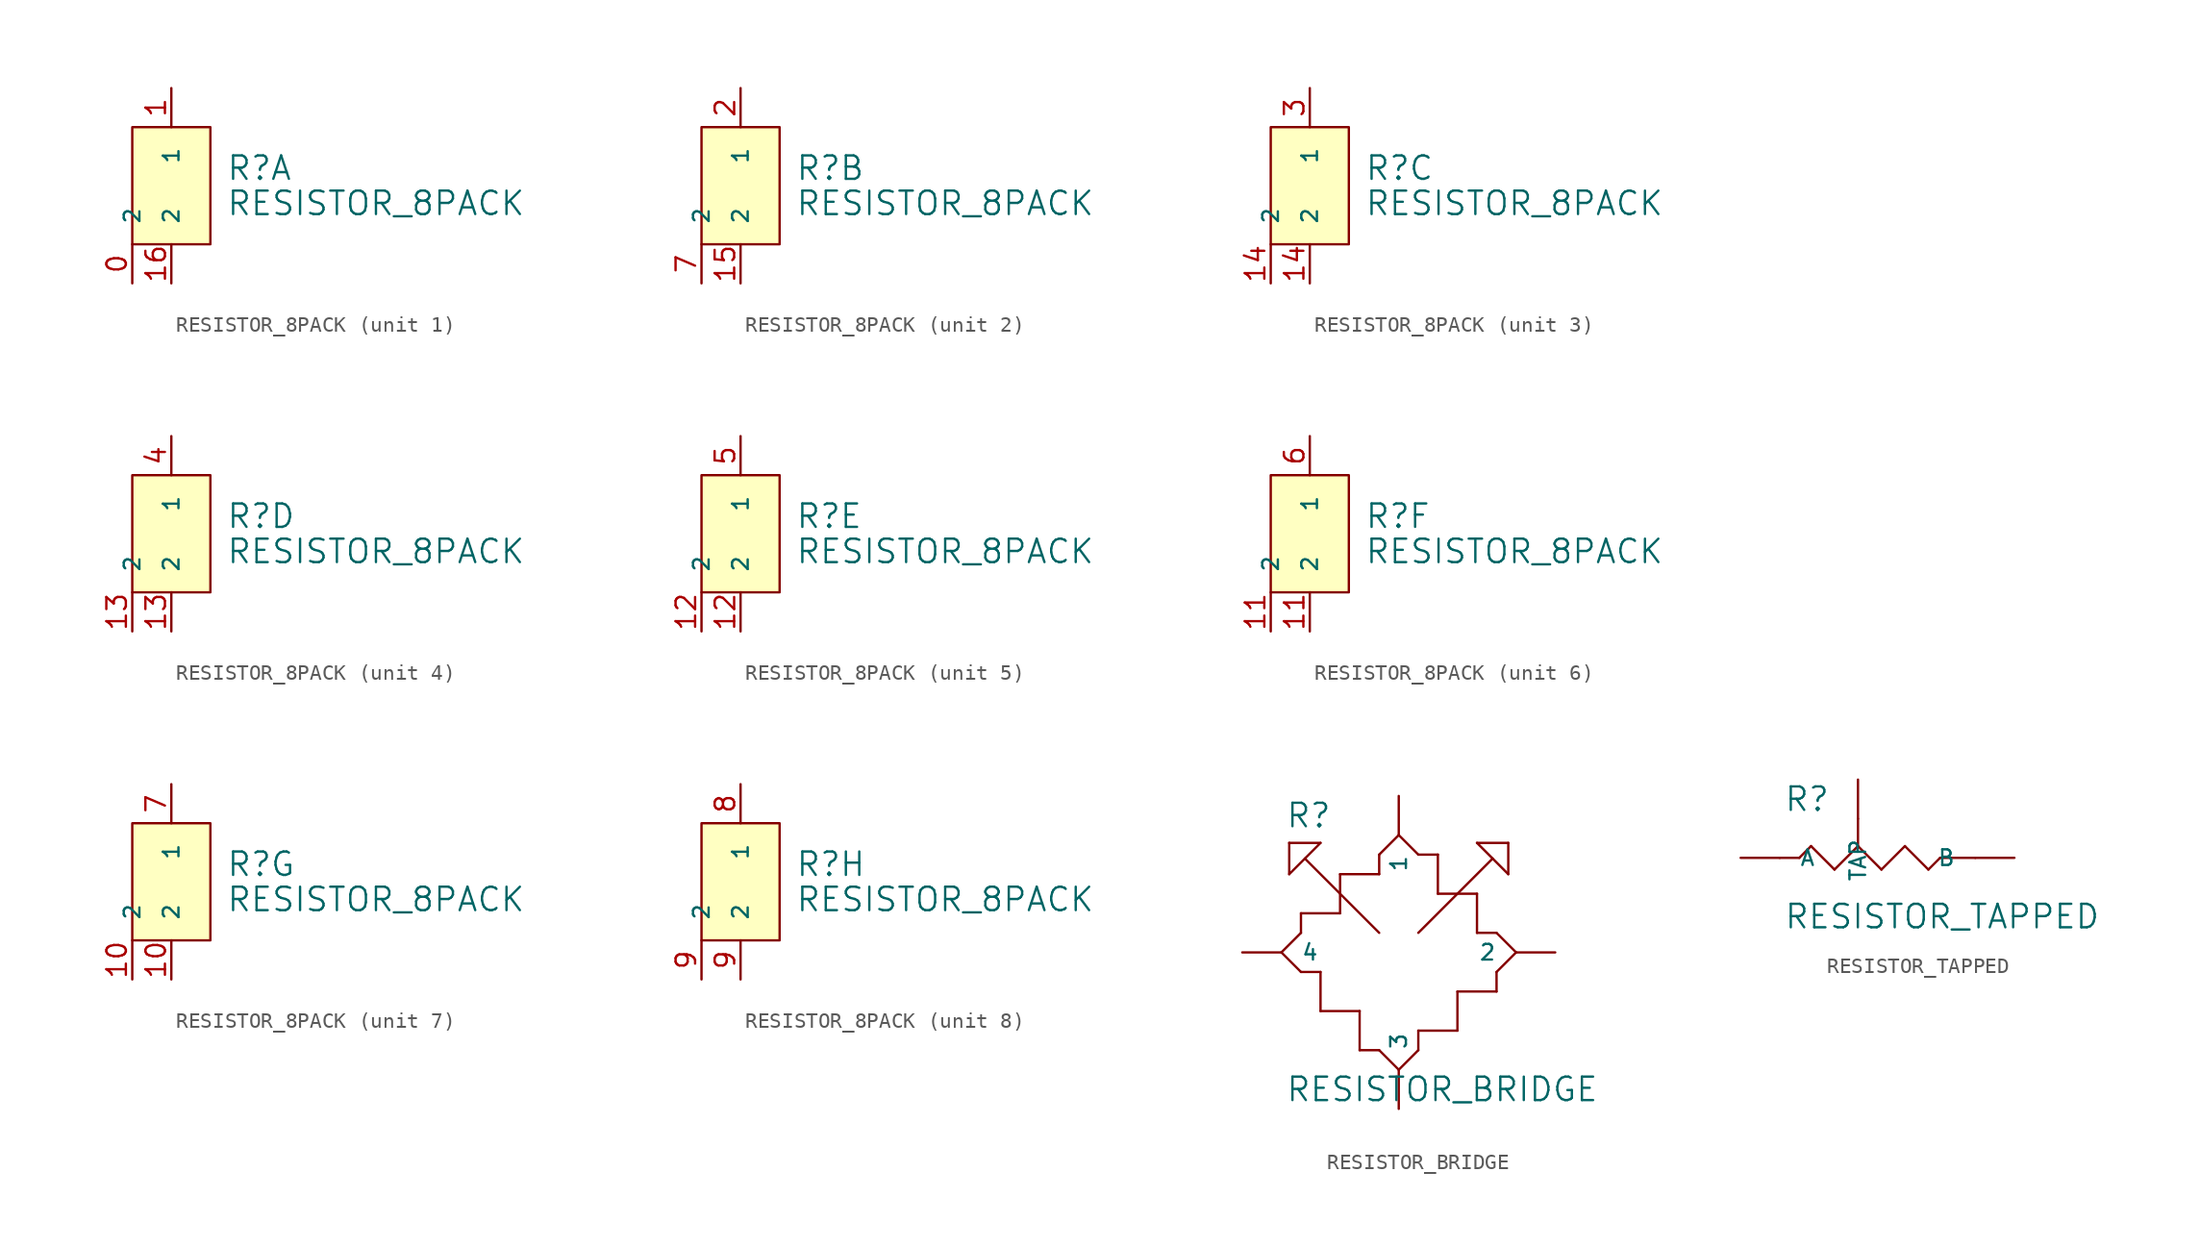
<source format=kicad_sym>
(kicad_symbol_lib
  (version 20231120)
  (generator "kicad_symbol_editor")
  (generator_version "8.0")
  (symbol "RESISTOR_8PACK"
    (pin_names
      (offset 1.27))
    (property "Reference" "R"
      (at 6.096 -3.556 0)
      (effects (font (size 1.524 1.524)) (justify left bottom)))
    (property "Value" "RESISTOR_8PACK"
      (at 6.096 -4.064 0)
      (effects (font (size 1.524 1.524)) (justify left top)))
    (symbol "RESISTOR_8PACK_0_1"
      (rectangle (start 0 0) (end 5.08 -7.62) (stroke (width 0) (type solid)) (fill (type background))))
    (symbol "RESISTOR_8PACK_1_1"
      (pin passive line (at 0 -10.16 90) (length 2.54) (name "2" (effects (font (size 1.016 1.016)))) (number "0" (effects (font (size 1.27 1.27)))))
      (pin passive line (at 2.54 2.54 270) (length 2.54) (name "1" (effects (font (size 1.016 1.016)))) (number "1" (effects (font (size 1.27 1.27)))))
      (pin passive line (at 2.54 -10.16 90) (length 2.54) (name "2" (effects (font (size 1.016 1.016)))) (number "16" (effects (font (size 1.27 1.27))))))
    (symbol "RESISTOR_8PACK_2_1"
      (pin passive line (at 2.54 -10.16 90) (length 2.54) (name "2" (effects (font (size 1.016 1.016)))) (number "15" (effects (font (size 1.27 1.27)))))
      (pin passive line (at 2.54 2.54 270) (length 2.54) (name "1" (effects (font (size 1.016 1.016)))) (number "2" (effects (font (size 1.27 1.27)))))
      (pin passive line (at 0 -10.16 90) (length 2.54) (name "2" (effects (font (size 1.016 1.016)))) (number "7" (effects (font (size 1.27 1.27))))))
    (symbol "RESISTOR_8PACK_3_1"
      (pin passive line (at 0 -10.16 90) (length 2.54) (name "2" (effects (font (size 1.016 1.016)))) (number "14" (effects (font (size 1.27 1.27)))))
      (pin passive line (at 2.54 -10.16 90) (length 2.54) (name "2" (effects (font (size 1.016 1.016)))) (number "14" (effects (font (size 1.27 1.27)))))
      (pin passive line (at 2.54 2.54 270) (length 2.54) (name "1" (effects (font (size 1.016 1.016)))) (number "3" (effects (font (size 1.27 1.27))))))
    (symbol "RESISTOR_8PACK_4_1"
      (pin passive line (at 0 -10.16 90) (length 2.54) (name "2" (effects (font (size 1.016 1.016)))) (number "13" (effects (font (size 1.27 1.27)))))
      (pin passive line (at 2.54 -10.16 90) (length 2.54) (name "2" (effects (font (size 1.016 1.016)))) (number "13" (effects (font (size 1.27 1.27)))))
      (pin passive line (at 2.54 2.54 270) (length 2.54) (name "1" (effects (font (size 1.016 1.016)))) (number "4" (effects (font (size 1.27 1.27))))))
    (symbol "RESISTOR_8PACK_5_1"
      (pin passive line (at 0 -10.16 90) (length 2.54) (name "2" (effects (font (size 1.016 1.016)))) (number "12" (effects (font (size 1.27 1.27)))))
      (pin passive line (at 2.54 -10.16 90) (length 2.54) (name "2" (effects (font (size 1.016 1.016)))) (number "12" (effects (font (size 1.27 1.27)))))
      (pin passive line (at 2.54 2.54 270) (length 2.54) (name "1" (effects (font (size 1.016 1.016)))) (number "5" (effects (font (size 1.27 1.27))))))
    (symbol "RESISTOR_8PACK_6_1"
      (pin passive line (at 0 -10.16 90) (length 2.54) (name "2" (effects (font (size 1.016 1.016)))) (number "11" (effects (font (size 1.27 1.27)))))
      (pin passive line (at 2.54 -10.16 90) (length 2.54) (name "2" (effects (font (size 1.016 1.016)))) (number "11" (effects (font (size 1.27 1.27)))))
      (pin passive line (at 2.54 2.54 270) (length 2.54) (name "1" (effects (font (size 1.016 1.016)))) (number "6" (effects (font (size 1.27 1.27))))))
    (symbol "RESISTOR_8PACK_7_1"
      (pin passive line (at 0 -10.16 90) (length 2.54) (name "2" (effects (font (size 1.016 1.016)))) (number "10" (effects (font (size 1.27 1.27)))))
      (pin passive line (at 2.54 -10.16 90) (length 2.54) (name "2" (effects (font (size 1.016 1.016)))) (number "10" (effects (font (size 1.27 1.27)))))
      (pin passive line (at 2.54 2.54 270) (length 2.54) (name "1" (effects (font (size 1.016 1.016)))) (number "7" (effects (font (size 1.27 1.27))))))
    (symbol "RESISTOR_8PACK_8_1"
      (pin passive line (at 2.54 2.54 270) (length 2.54) (name "1" (effects (font (size 1.016 1.016)))) (number "8" (effects (font (size 1.27 1.27)))))
      (pin passive line (at 0 -10.16 90) (length 2.54) (name "2" (effects (font (size 1.016 1.016)))) (number "9" (effects (font (size 1.27 1.27)))))
      (pin passive line (at 2.54 -10.16 90) (length 2.54) (name "2" (effects (font (size 1.016 1.016)))) (number "9" (effects (font (size 1.27 1.27)))))))
  (symbol "RESISTOR_BRIDGE"
    (pin_names
      (offset 1.27))
    (property "Reference" "R"
      (at 0.254 0.381 0)
      (effects (font (size 1.524 1.524)) (justify left bottom)))
    (property "Value" "RESISTOR_BRIDGE"
      (at 0.254 -15.621 0)
      (effects (font (size 1.524 1.524)) (justify left top)))
    (symbol "RESISTOR_BRIDGE_0_1"
      (polyline (pts (xy 0 -7.62) (xy 1.27 -6.35)) (stroke (width 0) (type solid)) (fill (type none)))
      (polyline (pts (xy 0.508 -2.54) (xy 2.54 -0.508)) (stroke (width 0) (type solid)) (fill (type none)))
      (polyline (pts (xy 0.508 -0.508) (xy 0.508 -2.54)) (stroke (width 0) (type solid)) (fill (type none)))
      (polyline (pts (xy 1.27 -8.89) (xy 0 -7.62)) (stroke (width 0) (type solid)) (fill (type none)))
      (polyline (pts (xy 1.27 -6.35) (xy 1.27 -5.08)) (stroke (width 0) (type solid)) (fill (type none)))
      (polyline (pts (xy 1.27 -5.08) (xy 3.81 -5.08)) (stroke (width 0) (type solid)) (fill (type none)))
      (polyline (pts (xy 2.54 -11.43) (xy 2.54 -8.89)) (stroke (width 0) (type solid)) (fill (type none)))
      (polyline (pts (xy 2.54 -8.89) (xy 1.27 -8.89)) (stroke (width 0) (type solid)) (fill (type none)))
      (polyline (pts (xy 2.54 -0.508) (xy 0.508 -0.508)) (stroke (width 0) (type solid)) (fill (type none)))
      (polyline (pts (xy 3.81 -5.08) (xy 3.81 -2.54)) (stroke (width 0) (type solid)) (fill (type none)))
      (polyline (pts (xy 3.81 -2.54) (xy 6.35 -2.54)) (stroke (width 0) (type solid)) (fill (type none)))
      (polyline (pts (xy 5.08 -13.97) (xy 5.08 -11.43)) (stroke (width 0) (type solid)) (fill (type none)))
      (polyline (pts (xy 5.08 -11.43) (xy 2.54 -11.43)) (stroke (width 0) (type solid)) (fill (type none)))
      (polyline (pts (xy 6.35 -13.97) (xy 5.08 -13.97)) (stroke (width 0) (type solid)) (fill (type none)))
      (polyline (pts (xy 6.35 -6.35) (xy 1.524 -1.524)) (stroke (width 0) (type solid)) (fill (type none)))
      (polyline (pts (xy 6.35 -2.54) (xy 6.35 -1.27)) (stroke (width 0) (type solid)) (fill (type none)))
      (polyline (pts (xy 6.35 -1.27) (xy 7.62 0)) (stroke (width 0) (type solid)) (fill (type none)))
      (polyline (pts (xy 7.62 -15.24) (xy 6.35 -13.97)) (stroke (width 0) (type solid)) (fill (type none)))
      (polyline (pts (xy 7.62 0) (xy 8.89 -1.27)) (stroke (width 0) (type solid)) (fill (type none)))
      (polyline (pts (xy 8.89 -13.97) (xy 7.62 -15.24)) (stroke (width 0) (type solid)) (fill (type none)))
      (polyline (pts (xy 8.89 -12.7) (xy 8.89 -13.97)) (stroke (width 0) (type solid)) (fill (type none)))
      (polyline (pts (xy 8.89 -1.27) (xy 10.16 -1.27)) (stroke (width 0) (type solid)) (fill (type none)))
      (polyline (pts (xy 10.16 -3.81) (xy 12.7 -3.81)) (stroke (width 0) (type solid)) (fill (type none)))
      (polyline (pts (xy 10.16 -1.27) (xy 10.16 -3.81)) (stroke (width 0) (type solid)) (fill (type none)))
      (polyline (pts (xy 11.43 -12.7) (xy 8.89 -12.7)) (stroke (width 0) (type solid)) (fill (type none)))
      (polyline (pts (xy 11.43 -10.16) (xy 11.43 -12.7)) (stroke (width 0) (type solid)) (fill (type none)))
      (polyline (pts (xy 12.7 -6.35) (xy 13.97 -6.35)) (stroke (width 0) (type solid)) (fill (type none)))
      (polyline (pts (xy 12.7 -3.81) (xy 12.7 -6.35)) (stroke (width 0) (type solid)) (fill (type none)))
      (polyline (pts (xy 12.7 -0.508) (xy 14.732 -0.508)) (stroke (width 0) (type solid)) (fill (type none)))
      (polyline (pts (xy 13.716 -1.524) (xy 8.89 -6.35)) (stroke (width 0) (type solid)) (fill (type none)))
      (polyline (pts (xy 13.97 -10.16) (xy 11.43 -10.16)) (stroke (width 0) (type solid)) (fill (type none)))
      (polyline (pts (xy 13.97 -8.89) (xy 13.97 -10.16)) (stroke (width 0) (type solid)) (fill (type none)))
      (polyline (pts (xy 13.97 -6.35) (xy 15.24 -7.62)) (stroke (width 0) (type solid)) (fill (type none)))
      (polyline (pts (xy 14.732 -2.54) (xy 12.7 -0.508)) (stroke (width 0) (type solid)) (fill (type none)))
      (polyline (pts (xy 14.732 -0.508) (xy 14.732 -2.54)) (stroke (width 0) (type solid)) (fill (type none)))
      (polyline (pts (xy 15.24 -7.62) (xy 13.97 -8.89)) (stroke (width 0) (type solid)) (fill (type none))))
    (symbol "RESISTOR_BRIDGE_1_1"
      (pin passive line (at 7.62 2.54 270) (length 2.54) (name "1" (effects (font (size 1.016 1.016)))) (number "~" (effects (font (size 1.27 1.27)))))
      (pin passive line (at 17.78 -7.62 180) (length 2.54) (name "2" (effects (font (size 1.016 1.016)))) (number "~" (effects (font (size 1.27 1.27)))))
      (pin passive line (at 7.62 -17.78 90) (length 2.54) (name "3" (effects (font (size 1.016 1.016)))) (number "~" (effects (font (size 1.27 1.27)))))
      (pin passive line (at -2.54 -7.62 0) (length 2.54) (name "4" (effects (font (size 1.016 1.016)))) (number "~" (effects (font (size 1.27 1.27)))))))
  (symbol "RESISTOR_TAPPED"
    (pin_names
      (offset 1.27))
    (property "Reference" "R"
      (at 0.254 0.381 0)
      (effects (font (size 1.524 1.524)) (justify left bottom)))
    (property "Value" "RESISTOR_TAPPED"
      (at 0.254 -5.461 0)
      (effects (font (size 1.524 1.524)) (justify left top)))
    (symbol "RESISTOR_TAPPED_0_1"
      (polyline (pts (xy 0 -2.54) (xy 1.27 -2.54)) (stroke (width 0) (type solid)) (fill (type none)))
      (polyline (pts (xy 1.27 -2.54) (xy 2.032 -1.778)) (stroke (width 0) (type solid)) (fill (type none)))
      (polyline (pts (xy 2.032 -1.778) (xy 3.556 -3.302)) (stroke (width 0) (type solid)) (fill (type none)))
      (polyline (pts (xy 3.556 -3.302) (xy 5.08 -1.778)) (stroke (width 0) (type solid)) (fill (type none)))
      (polyline (pts (xy 5.08 -1.778) (xy 6.604 -3.302)) (stroke (width 0) (type solid)) (fill (type none)))
      (polyline (pts (xy 5.08 0) (xy 5.08 -1.778)) (stroke (width 0) (type solid)) (fill (type none)))
      (polyline (pts (xy 6.604 -3.302) (xy 8.128 -1.778)) (stroke (width 0) (type solid)) (fill (type none)))
      (polyline (pts (xy 8.128 -1.778) (xy 9.652 -3.302)) (stroke (width 0) (type solid)) (fill (type none)))
      (polyline (pts (xy 9.652 -3.302) (xy 10.414 -2.54)) (stroke (width 0) (type solid)) (fill (type none)))
      (polyline (pts (xy 10.414 -2.54) (xy 12.7 -2.54)) (stroke (width 0) (type solid)) (fill (type none))))
    (symbol "RESISTOR_TAPPED_1_1"
      (pin passive line (at -2.54 -2.54 0) (length 2.54) (name "A" (effects (font (size 1.016 1.016)))) (number "~" (effects (font (size 1.27 1.27)))))
      (pin passive line (at 15.24 -2.54 180) (length 2.54) (name "B" (effects (font (size 1.016 1.016)))) (number "~" (effects (font (size 1.27 1.27)))))
      (pin passive line (at 5.08 2.54 270) (length 2.54) (name "TAP" (effects (font (size 1.016 1.016)))) (number "~" (effects (font (size 1.27 1.27))))))))
</source>
